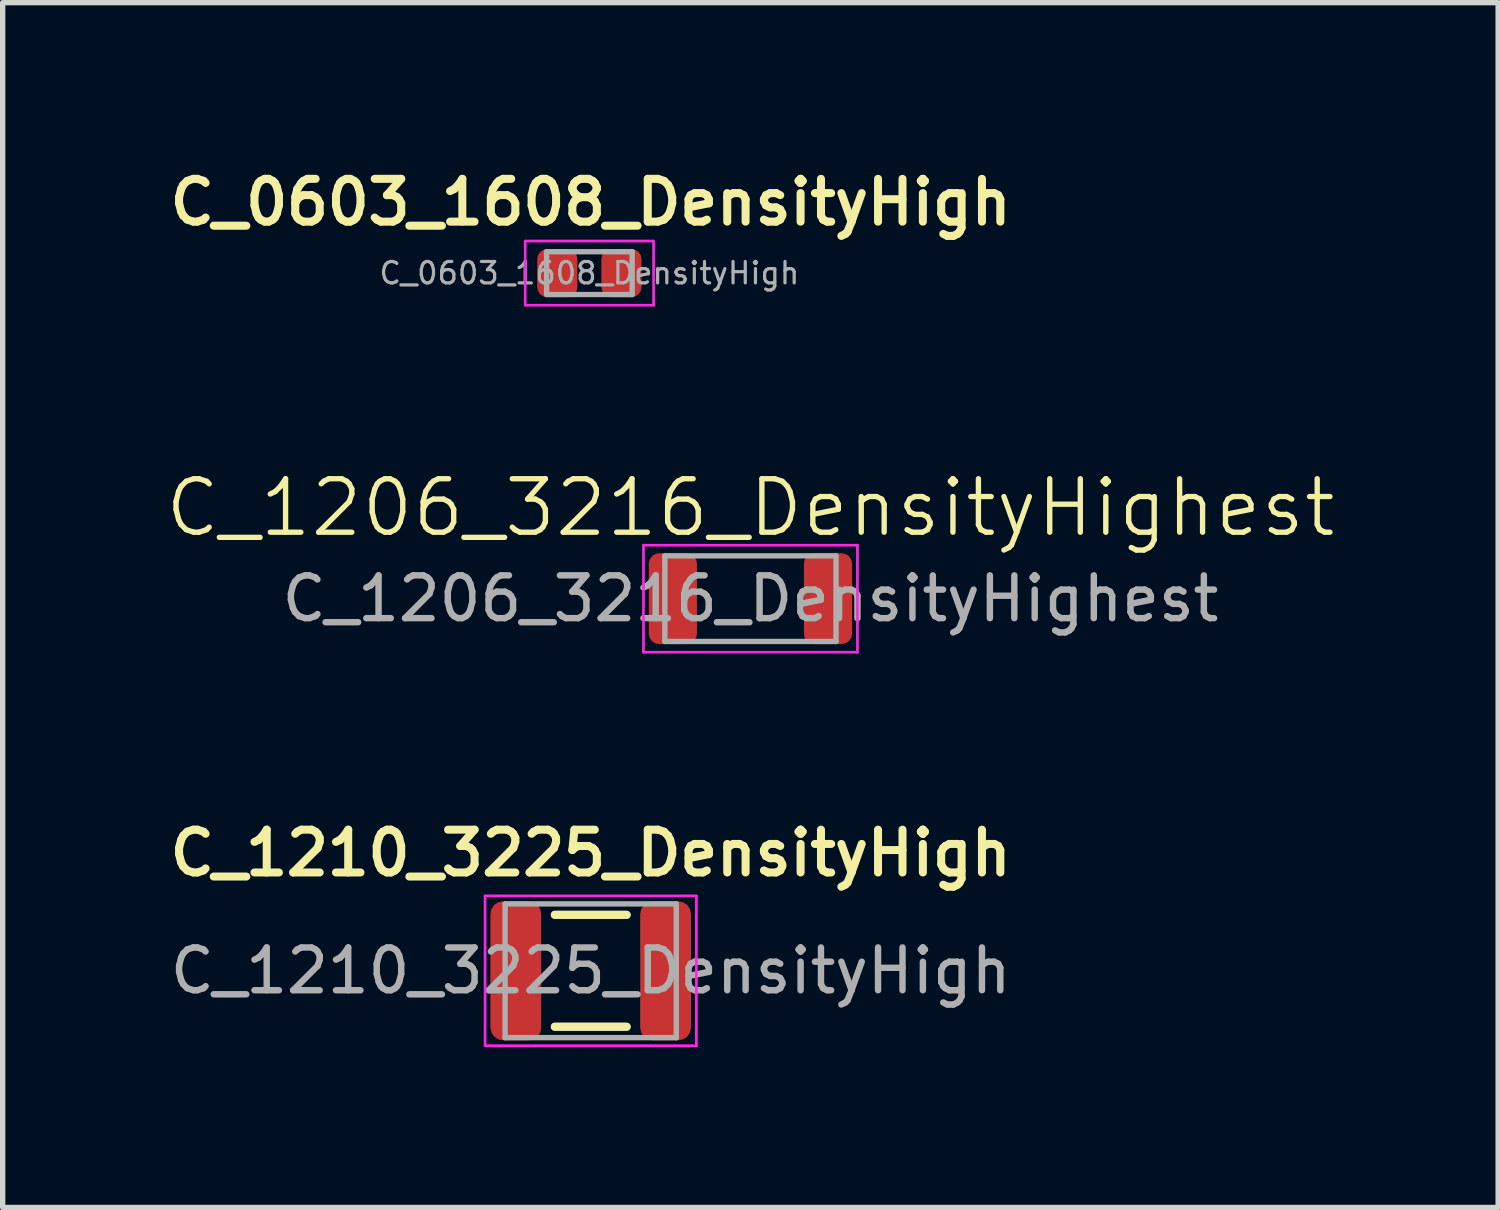
<source format=kicad_pcb>
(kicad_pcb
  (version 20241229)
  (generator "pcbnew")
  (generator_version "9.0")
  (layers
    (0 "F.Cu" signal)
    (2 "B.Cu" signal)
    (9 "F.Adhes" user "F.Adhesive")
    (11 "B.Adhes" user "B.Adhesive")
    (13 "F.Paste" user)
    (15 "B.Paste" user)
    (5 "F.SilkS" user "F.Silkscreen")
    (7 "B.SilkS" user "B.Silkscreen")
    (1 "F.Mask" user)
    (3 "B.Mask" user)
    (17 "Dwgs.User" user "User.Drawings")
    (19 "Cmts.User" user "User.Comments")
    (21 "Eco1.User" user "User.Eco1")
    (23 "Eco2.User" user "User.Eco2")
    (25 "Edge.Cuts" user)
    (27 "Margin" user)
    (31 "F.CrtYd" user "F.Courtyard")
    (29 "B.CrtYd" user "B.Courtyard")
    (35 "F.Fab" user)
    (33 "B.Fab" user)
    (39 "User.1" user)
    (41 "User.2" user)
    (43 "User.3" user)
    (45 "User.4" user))
  (footprint "C_1206_3216_DensityHighest"
    (layer "F.Cu")
    (at 10.979 8.142)
    (property "Reference" "C_1206_3216_DensityHighest" (at 0 -1.7 0) (unlocked yes) (layer "F.SilkS") (effects (font (size 1 1) (thickness 0.1))))
    (attr smd)
    (fp_line (start -2 -1) (end 2 -1) (stroke (width 0.05) (type solid)) (layer "F.CrtYd"))
    (fp_line (start -2 1) (end -2 -1) (stroke (width 0.05) (type solid)) (layer "F.CrtYd"))
    (fp_line (start 2 -1) (end 2 1) (stroke (width 0.05) (type solid)) (layer "F.CrtYd"))
    (fp_line (start 2 1) (end -2 1) (stroke (width 0.05) (type solid)) (layer "F.CrtYd"))
    (fp_line (start -1.6 -0.8) (end 1.6 -0.8) (stroke (width 0.1) (type solid)) (layer "F.Fab"))
    (fp_line (start -1.6 0.8) (end -1.6 -0.8) (stroke (width 0.1) (type solid)) (layer "F.Fab"))
    (fp_line (start 1.6 -0.8) (end 1.6 0.8) (stroke (width 0.1) (type solid)) (layer "F.Fab"))
    (fp_line (start 1.6 0.8) (end -1.6 0.8) (stroke (width 0.1) (type solid)) (layer "F.Fab"))
    (fp_text user "${REFERENCE}" (at 0 0 0) (layer "F.Fab") (effects (font (size 0.8 0.8) (thickness 0.12))))
    (pad "1" smd roundrect (at -1.45 0) (size 0.9 1.7) (layers "F.Cu" "F.Mask" "F.Paste") (roundrect_rratio 0.217))
    (pad "2" smd roundrect (at 1.45 0) (size 0.9 1.7) (layers "F.Cu" "F.Mask" "F.Paste") (roundrect_rratio 0.217)))
  (footprint "C_1210_3225_DensityHigh"
    (layer "F.Cu")
    (at 7.993 15.098)
    (property "Reference" "C_1210_3225_DensityHigh" (at 0 -2.2 0) (layer "F.SilkS") (effects (font (size 0.8 0.8) (thickness 0.15))))
    (attr smd)
    (fp_line (start -0.671 -1.046) (end 0.671 -1.046) (stroke (width 0.15) (type solid)) (layer "F.SilkS"))
    (fp_line (start -0.671 1.046) (end 0.671 1.046) (stroke (width 0.15) (type solid)) (layer "F.SilkS"))
    (fp_line (start 0.671 -1.046) (end -0.671 -1.046) (stroke (width 0.15) (type solid)) (layer "F.SilkS"))
    (fp_line (start 0.671 1.046) (end -0.671 1.046) (stroke (width 0.15) (type solid)) (layer "F.SilkS"))
    (fp_line (start -1.975 -1.4) (end 1.975 -1.4) (stroke (width 0.05) (type solid)) (layer "F.CrtYd"))
    (fp_line (start -1.975 1.4) (end -1.975 -1.4) (stroke (width 0.05) (type solid)) (layer "F.CrtYd"))
    (fp_line (start 1.975 -1.4) (end 1.975 1.4) (stroke (width 0.05) (type solid)) (layer "F.CrtYd"))
    (fp_line (start 1.975 1.4) (end -1.975 1.4) (stroke (width 0.05) (type solid)) (layer "F.CrtYd"))
    (fp_line (start -1.6 -1.25) (end 1.6 -1.25) (stroke (width 0.1) (type solid)) (layer "F.Fab"))
    (fp_line (start -1.6 1.25) (end -1.6 -1.25) (stroke (width 0.1) (type solid)) (layer "F.Fab"))
    (fp_line (start 1.6 -1.25) (end 1.6 1.25) (stroke (width 0.1) (type solid)) (layer "F.Fab"))
    (fp_line (start 1.6 1.25) (end -1.6 1.25) (stroke (width 0.1) (type solid)) (layer "F.Fab"))
    (fp_text user "${REFERENCE}" (at 0 0 0) (layer "F.Fab") (effects (font (size 0.8 0.8) (thickness 0.12))))
    (pad "1" smd roundrect (at -1.4 0) (size 0.95 2.6) (layers "F.Cu" "F.Mask" "F.Paste") (roundrect_rratio 0.25))
    (pad "2" smd roundrect (at 1.4 0) (size 0.95 2.6) (layers "F.Cu" "F.Mask" "F.Paste") (roundrect_rratio 0.25)))
  (footprint "C_0603_1608_DensityHigh"
    (layer "F.Cu")
    (at 7.968 2.056)
    (property "Reference" "C_0603_1608_DensityHigh" (at 0.025 -1.325 0) (unlocked yes) (layer "F.SilkS") (effects (font (size 0.8 0.8) (thickness 0.15) (bold yes))))
    (attr smd)
    (fp_line (start -1.2 -0.6) (end 1.2 -0.6) (stroke (width 0.05) (type solid)) (layer "F.CrtYd"))
    (fp_line (start -1.2 0.6) (end -1.2 -0.6) (stroke (width 0.05) (type solid)) (layer "F.CrtYd"))
    (fp_line (start 1.2 -0.6) (end 1.2 0.6) (stroke (width 0.05) (type solid)) (layer "F.CrtYd"))
    (fp_line (start 1.2 0.6) (end -1.2 0.6) (stroke (width 0.05) (type solid)) (layer "F.CrtYd"))
    (fp_line (start -0.8 -0.4) (end 0.8 -0.4) (stroke (width 0.1) (type solid)) (layer "F.Fab"))
    (fp_line (start -0.8 0.4) (end -0.8 -0.4) (stroke (width 0.1) (type solid)) (layer "F.Fab"))
    (fp_line (start 0.8 -0.4) (end 0.8 0.4) (stroke (width 0.1) (type solid)) (layer "F.Fab"))
    (fp_line (start 0.8 0.4) (end -0.8 0.4) (stroke (width 0.1) (type solid)) (layer "F.Fab"))
    (fp_text user "${REFERENCE}" (at 0 0 0) (layer "F.Fab") (effects (font (size 0.4 0.4) (thickness 0.06))))
    (pad "1" smd roundrect (at -0.6 0) (size 0.75 0.9) (layers "F.Cu" "F.Mask" "F.Paste") (roundrect_rratio 0.25))
    (pad "2" smd roundrect (at 0.6 0) (size 0.75 0.9) (layers "F.Cu" "F.Mask" "F.Paste") (roundrect_rratio 0.25)))
  (gr_rect
    (start -3 -3)
    (end 24.957 19.523)
    (stroke (width 0.1) (type default))
    (fill no)
    (layer "Edge.Cuts")))
</source>
